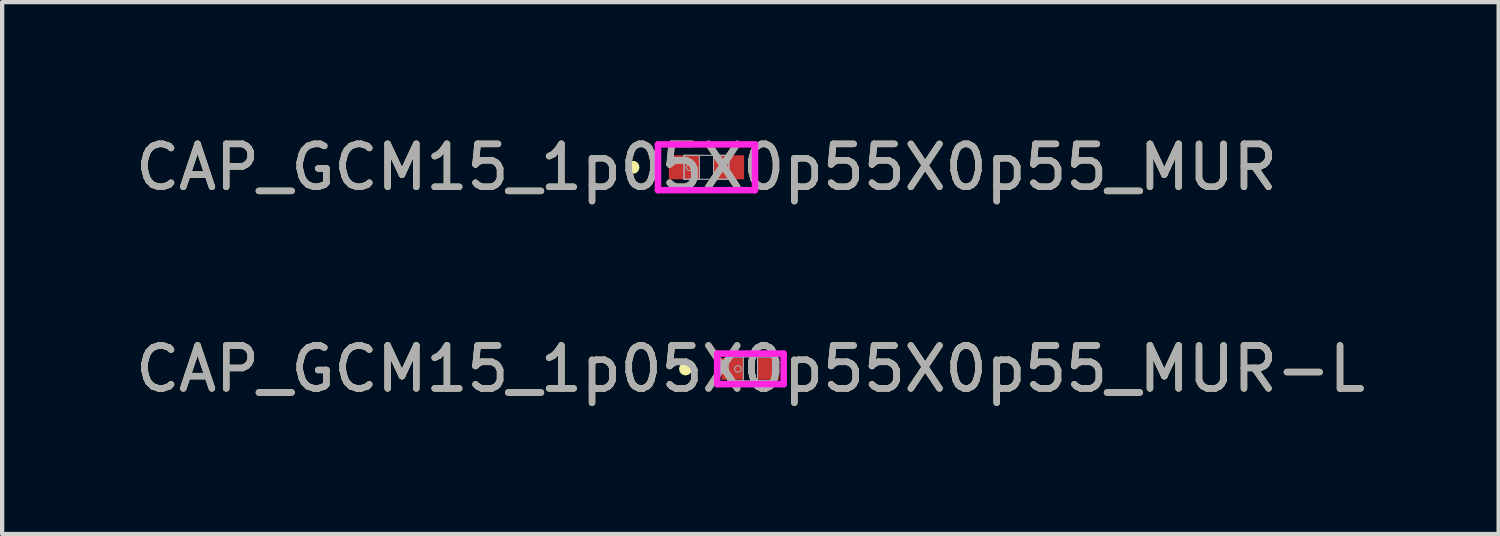
<source format=kicad_pcb>
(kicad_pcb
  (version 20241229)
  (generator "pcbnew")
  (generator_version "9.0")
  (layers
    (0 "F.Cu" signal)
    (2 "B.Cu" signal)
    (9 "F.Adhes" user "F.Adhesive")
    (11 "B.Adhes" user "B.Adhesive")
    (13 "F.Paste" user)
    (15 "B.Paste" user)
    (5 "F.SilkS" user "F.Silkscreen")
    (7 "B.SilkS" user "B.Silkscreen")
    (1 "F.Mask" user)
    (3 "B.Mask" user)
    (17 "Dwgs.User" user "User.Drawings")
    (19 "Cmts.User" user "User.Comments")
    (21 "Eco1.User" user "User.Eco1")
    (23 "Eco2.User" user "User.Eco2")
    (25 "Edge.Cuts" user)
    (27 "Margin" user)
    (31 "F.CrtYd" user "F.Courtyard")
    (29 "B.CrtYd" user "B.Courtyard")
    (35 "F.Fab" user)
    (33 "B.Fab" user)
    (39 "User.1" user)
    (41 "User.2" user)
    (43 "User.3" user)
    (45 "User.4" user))
  (footprint "CAP_GCM15_1p05X0p55X0p55_MUR-L"
    (layer "F.Cu")
    (at 14.435 5.545)
    (property "Reference" "CAP_GCM15_1p05X0p55X0p55_MUR-L" (at 0 0 0) (unlocked yes) (layer "F.SilkS") (effects (font (size 1 1) (thickness 0.15))))
    (attr smd)
    (fp_circle (center -1.511 0) (end -1.435 0) (stroke (width 0.152) (type solid)) (fill no) (layer "F.SilkS"))
    (fp_line (start -0.775 -0.356) (end 0.775 -0.356) (stroke (width 0.152) (type solid)) (layer "F.CrtYd"))
    (fp_line (start -0.775 0.356) (end -0.775 -0.356) (stroke (width 0.152) (type solid)) (layer "F.CrtYd"))
    (fp_line (start 0.775 -0.356) (end 0.775 0.356) (stroke (width 0.152) (type solid)) (layer "F.CrtYd"))
    (fp_line (start 0.775 0.356) (end -0.775 0.356) (stroke (width 0.152) (type solid)) (layer "F.CrtYd"))
    (fp_line (start -0.521 -0.279) (end -0.521 0.279) (stroke (width 0.025) (type solid)) (layer "F.Fab"))
    (fp_line (start -0.521 -0.279) (end -0.521 0.279) (stroke (width 0.025) (type solid)) (layer "F.Fab"))
    (fp_line (start -0.521 0.279) (end -0.165 0.279) (stroke (width 0.025) (type solid)) (layer "F.Fab"))
    (fp_line (start -0.521 0.279) (end 0.521 0.279) (stroke (width 0.025) (type solid)) (layer "F.Fab"))
    (fp_line (start -0.165 -0.279) (end -0.521 -0.279) (stroke (width 0.025) (type solid)) (layer "F.Fab"))
    (fp_line (start -0.165 0.279) (end -0.165 -0.279) (stroke (width 0.025) (type solid)) (layer "F.Fab"))
    (fp_line (start 0.165 -0.279) (end 0.165 0.279) (stroke (width 0.025) (type solid)) (layer "F.Fab"))
    (fp_line (start 0.165 0.279) (end 0.521 0.279) (stroke (width 0.025) (type solid)) (layer "F.Fab"))
    (fp_line (start 0.521 -0.279) (end -0.521 -0.279) (stroke (width 0.025) (type solid)) (layer "F.Fab"))
    (fp_line (start 0.521 -0.279) (end 0.165 -0.279) (stroke (width 0.025) (type solid)) (layer "F.Fab"))
    (fp_line (start 0.521 0.279) (end 0.521 -0.279) (stroke (width 0.025) (type solid)) (layer "F.Fab"))
    (fp_line (start 0.521 0.279) (end 0.521 -0.279) (stroke (width 0.025) (type solid)) (layer "F.Fab"))
    (fp_circle (center -0.292 0) (end -0.216 0) (stroke (width 0.025) (type solid)) (fill no) (layer "F.Fab"))
    (fp_text user "${REFERENCE}" (at 0 0 0) (unlocked yes) (layer "F.Fab") (effects (font (size 1 1) (thickness 0.15))))
    (pad "1" smd rect (at -0.419 0) (size 0.508 0.508) (layers "F.Cu" "F.Mask" "F.Paste"))
    (pad "2" smd rect (at 0.419 0) (size 0.508 0.508) (layers "F.Cu" "F.Mask" "F.Paste"))
    (zone (net_name "") (layer "F.Cu") (hatch full 0.508) (connect_pads) (min_thickness 0.254) (filled_areas_thickness no) (keepout (tracks not_allowed) (vias not_allowed) (pads allowed) (copperpour not_allowed) (footprints allowed)) (placement (enabled no)) (fill) (polygon (pts (xy 14.32 5.316) (xy 14.549 5.316) (xy 14.549 5.773) (xy 14.32 5.773)))))
  (footprint "CAP_GCM15_1p05X0p55X0p55_MUR"
    (layer "F.Cu")
    (at 13.411 0.848)
    (property "Reference" "CAP_GCM15_1p05X0p55X0p55_MUR" (at 0 0 0) (unlocked yes) (layer "F.SilkS") (effects (font (size 1 1) (thickness 0.15))))
    (attr smd)
    (fp_circle (center -1.714 0) (end -1.638 0) (stroke (width 0.152) (type solid)) (fill no) (layer "F.SilkS"))
    (fp_line (start -1.13 -0.533) (end 1.13 -0.533) (stroke (width 0.152) (type solid)) (layer "F.CrtYd"))
    (fp_line (start -1.13 0.533) (end -1.13 -0.533) (stroke (width 0.152) (type solid)) (layer "F.CrtYd"))
    (fp_line (start 1.13 -0.533) (end 1.13 0.533) (stroke (width 0.152) (type solid)) (layer "F.CrtYd"))
    (fp_line (start 1.13 0.533) (end -1.13 0.533) (stroke (width 0.152) (type solid)) (layer "F.CrtYd"))
    (fp_line (start -0.521 -0.279) (end -0.521 0.279) (stroke (width 0.025) (type solid)) (layer "F.Fab"))
    (fp_line (start -0.521 -0.279) (end -0.521 0.279) (stroke (width 0.025) (type solid)) (layer "F.Fab"))
    (fp_line (start -0.521 0.279) (end -0.165 0.279) (stroke (width 0.025) (type solid)) (layer "F.Fab"))
    (fp_line (start -0.521 0.279) (end 0.521 0.279) (stroke (width 0.025) (type solid)) (layer "F.Fab"))
    (fp_line (start -0.165 -0.279) (end -0.521 -0.279) (stroke (width 0.025) (type solid)) (layer "F.Fab"))
    (fp_line (start -0.165 0.279) (end -0.165 -0.279) (stroke (width 0.025) (type solid)) (layer "F.Fab"))
    (fp_line (start 0.165 -0.279) (end 0.165 0.279) (stroke (width 0.025) (type solid)) (layer "F.Fab"))
    (fp_line (start 0.165 0.279) (end 0.521 0.279) (stroke (width 0.025) (type solid)) (layer "F.Fab"))
    (fp_line (start 0.521 -0.279) (end -0.521 -0.279) (stroke (width 0.025) (type solid)) (layer "F.Fab"))
    (fp_line (start 0.521 -0.279) (end 0.165 -0.279) (stroke (width 0.025) (type solid)) (layer "F.Fab"))
    (fp_line (start 0.521 0.279) (end 0.521 -0.279) (stroke (width 0.025) (type solid)) (layer "F.Fab"))
    (fp_line (start 0.521 0.279) (end 0.521 -0.279) (stroke (width 0.025) (type solid)) (layer "F.Fab"))
    (fp_circle (center -0.394 0) (end -0.318 0) (stroke (width 0.025) (type solid)) (fill no) (layer "F.Fab"))
    (fp_text user "${REFERENCE}" (at 0 0 0) (unlocked yes) (layer "F.Fab") (effects (font (size 1 1) (thickness 0.15))))
    (pad "1" smd rect (at -0.521 0) (size 0.711 0.559) (layers "F.Cu" "F.Mask" "F.Paste"))
    (pad "2" smd rect (at 0.521 0) (size 0.711 0.559) (layers "F.Cu" "F.Mask" "F.Paste"))
    (zone (net_name "") (layer "F.Cu") (hatch full 0.508) (connect_pads) (min_thickness 0.254) (filled_areas_thickness no) (keepout (tracks not_allowed) (vias not_allowed) (pads allowed) (copperpour not_allowed) (footprints allowed)) (placement (enabled no)) (fill) (polygon (pts (xy 13.296 0.62) (xy 13.525 0.62) (xy 13.525 1.077) (xy 13.296 1.077)))))
  (gr_rect
    (start -3 -3)
    (end 31.869 9.393)
    (stroke (width 0.1) (type default))
    (fill no)
    (layer "Edge.Cuts")))
</source>
